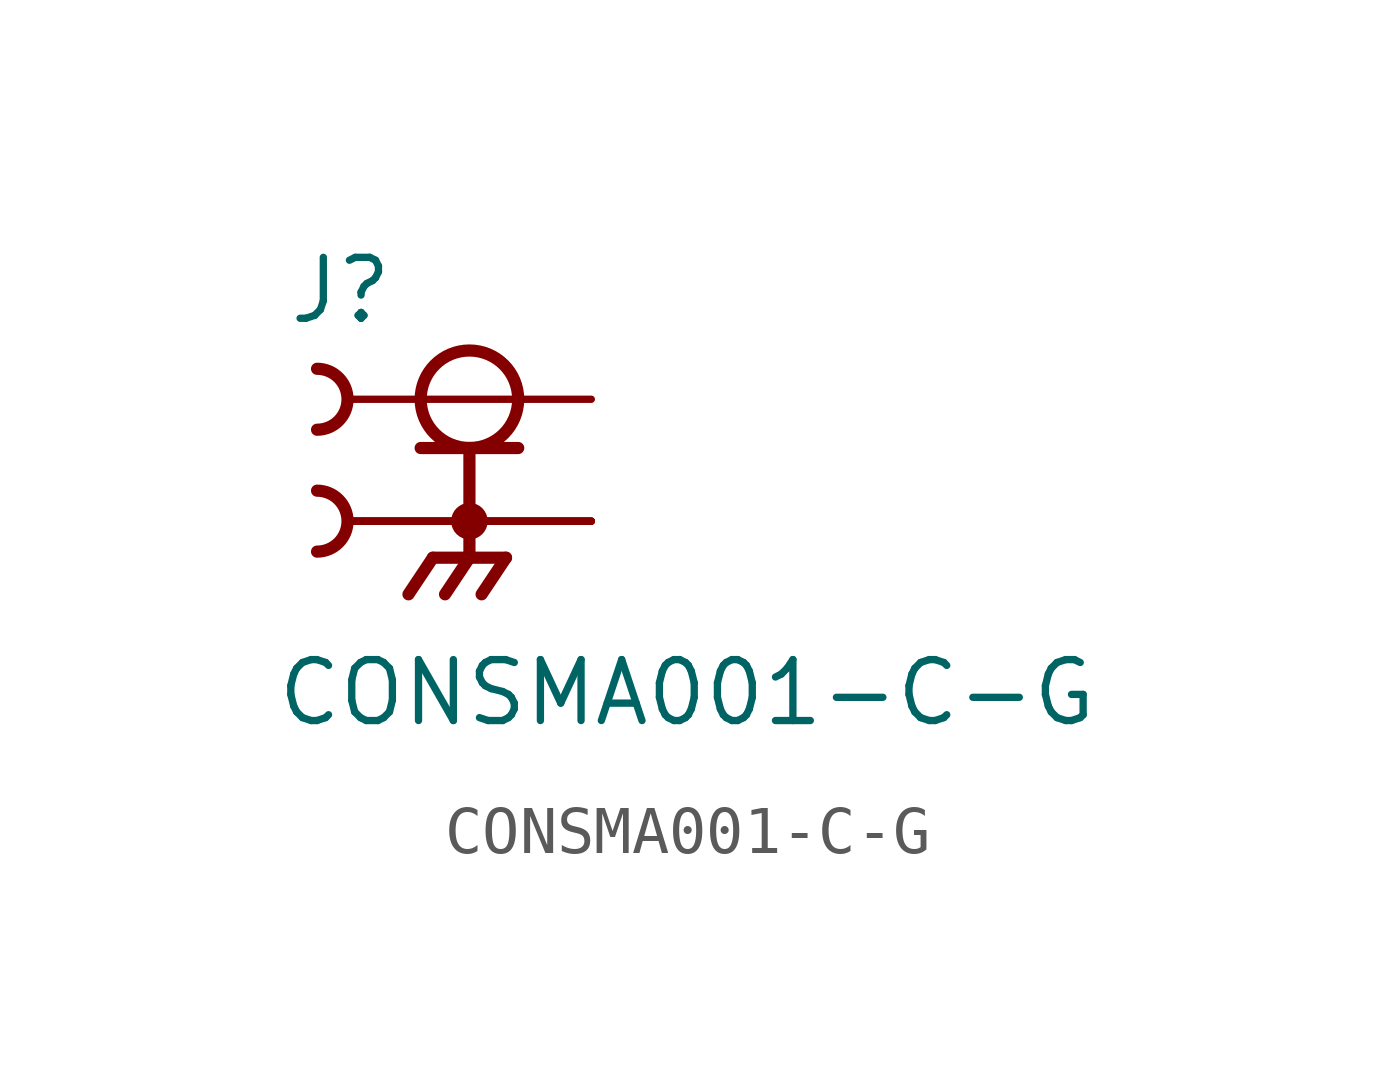
<source format=kicad_sym>
(kicad_symbol_lib
  (version 20220914)
  (generator kicad_symbol_editor)
  (symbol "CONSMA001-C-G"
    (pin_numbers hide)
    (pin_names
      (offset 1.016) hide)
    (property "Reference" "J"
      (at -3.81 1.524 0)
      (effects (font (size 1.27 1.27)) (justify left bottom)))
    (property "Value" "CONSMA001-C-G"
      (at -4.064 -6.858 0)
      (effects (font (size 1.27 1.27)) (justify left bottom)))
    (property "ki_locked" ""
      (at 0 0 0)
      (effects (font (size 1.27 1.27))))
    (symbol "CONSMA001-C-G_0_0"
      (arc (start -3.175 -3.175) (mid -2.54 -2.54) (end -3.175 -1.905) (stroke (width 0.254) (type solid)) (fill (type none)))
      (arc (start -3.175 -0.635) (mid -2.54 0) (end -3.175 0.635) (stroke (width 0.254) (type solid)) (fill (type none)))
      (circle (center 0 -2.54) (radius 0.254) (stroke (width 0.254) (type solid)) (fill (type none)))
      (polyline (pts (xy -1.016 -1.016) (xy 0 -1.016)) (stroke (width 0.254) (type solid)) (fill (type none)))
      (polyline (pts (xy -0.762 -3.302) (xy -1.27 -4.064)) (stroke (width 0.254) (type solid)) (fill (type none)))
      (polyline (pts (xy 0 -3.302) (xy -0.762 -3.302)) (stroke (width 0.254) (type solid)) (fill (type none)))
      (polyline (pts (xy 0 -3.302) (xy -0.508 -4.064)) (stroke (width 0.254) (type solid)) (fill (type none)))
      (polyline (pts (xy 0 -3.302) (xy 0.762 -3.302)) (stroke (width 0.254) (type solid)) (fill (type none)))
      (polyline (pts (xy 0 -1.016) (xy 0 -3.302)) (stroke (width 0.254) (type solid)) (fill (type none)))
      (polyline (pts (xy 0 -1.016) (xy 1.016 -1.016)) (stroke (width 0.254) (type solid)) (fill (type none)))
      (polyline (pts (xy 0.762 -3.302) (xy 0.254 -4.064)) (stroke (width 0.254) (type solid)) (fill (type none)))
      (circle (center 0 0) (radius 1.016) (stroke (width 0.254) (type solid)) (fill (type none)))
      (pin passive line (at 2.54 0 180) (length 5.08) (name "~" (effects (font (size 1.016 1.016)))) (number "1" (effects (font (size 1.016 1.016)))))
      (pin passive line (at 2.54 -2.54 180) (length 5.08) (name "~" (effects (font (size 1.016 1.016)))) (number "S1" (effects (font (size 1.016 1.016)))))
      (pin passive line (at 2.54 -2.54 180) (length 5.08) (name "~" (effects (font (size 1.016 1.016)))) (number "S2" (effects (font (size 1.016 1.016)))))
      (pin passive line (at 2.54 -2.54 180) (length 5.08) (name "~" (effects (font (size 1.016 1.016)))) (number "S3" (effects (font (size 1.016 1.016)))))
      (pin passive line (at 2.54 -2.54 180) (length 5.08) (name "~" (effects (font (size 1.016 1.016)))) (number "S4" (effects (font (size 1.016 1.016))))))))
</source>
